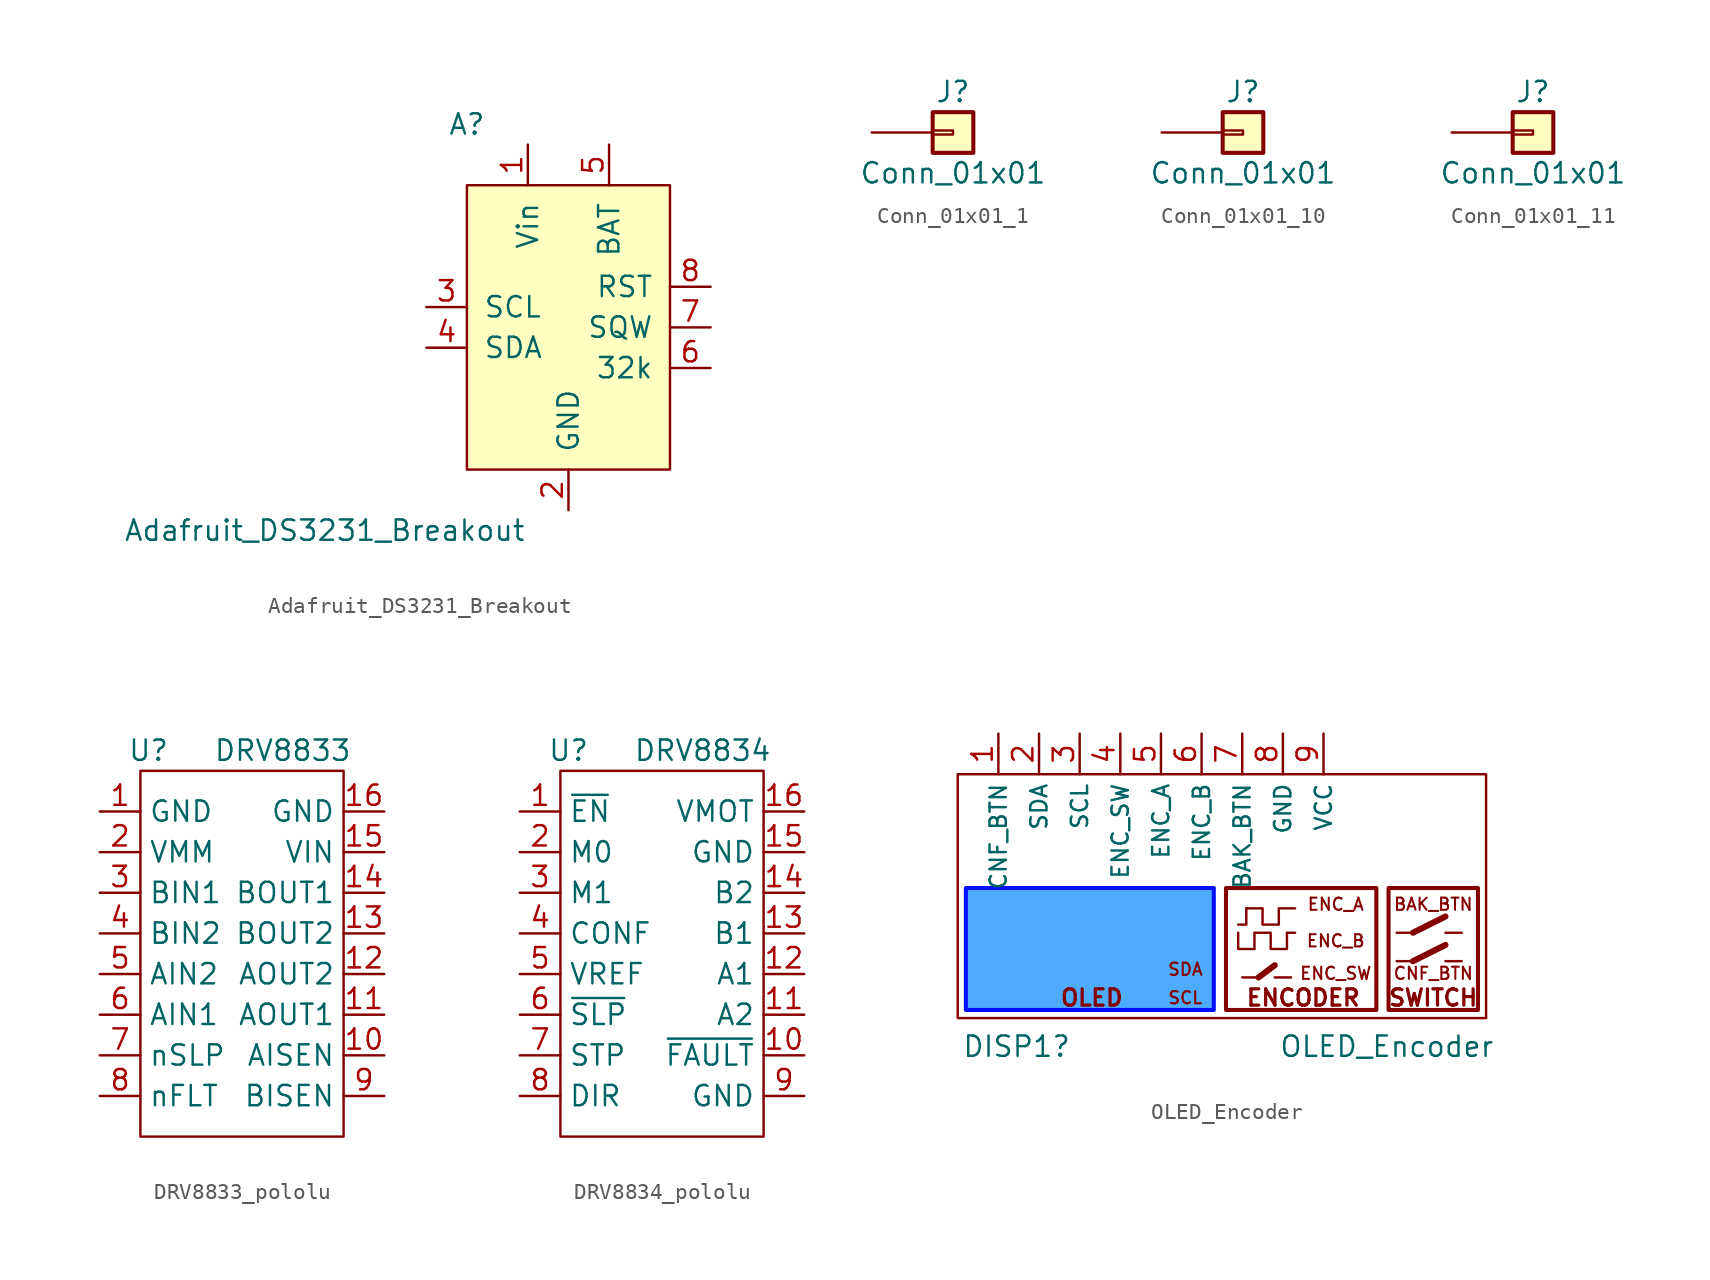
<source format=kicad_sym>
(kicad_symbol_lib
  (version 20241209)
  (generator "kicad_symbol_editor")
  (generator_version "9.0")
  (symbol "Adafruit_DS3231_Breakout"
    (pin_names
      (offset 1.016))
    (property "Reference" "A"
      (at -6.35 12.7 0)
      (effects (font (size 1.27 1.27))))
    (property "Value" "Adafruit_DS3231_Breakout"
      (at -15.24 -12.7 0)
      (effects (font (size 1.27 1.27))))
    (symbol "Adafruit_DS3231_Breakout_0_1"
      (rectangle (start -6.35 8.89) (end 6.35 -8.89) (stroke (width 0) (type solid)) (fill (type background))))
    (symbol "Adafruit_DS3231_Breakout_1_1"
      (pin input line (at -8.89 1.27 0) (length 2.54) (name "SCL" (effects (font (size 1.27 1.27)))) (number "3" (effects (font (size 1.27 1.27)))))
      (pin bidirectional line (at -8.89 -1.27 0) (length 2.54) (name "SDA" (effects (font (size 1.27 1.27)))) (number "4" (effects (font (size 1.27 1.27)))))
      (pin power_in line (at -2.54 11.43 270) (length 2.54) (name "Vin" (effects (font (size 1.27 1.27)))) (number "1" (effects (font (size 1.27 1.27)))))
      (pin power_in line (at 0 -11.43 90) (length 2.54) (name "GND" (effects (font (size 1.27 1.27)))) (number "2" (effects (font (size 1.27 1.27)))))
      (pin power_out line (at 2.54 11.43 270) (length 2.54) (name "BAT" (effects (font (size 1.27 1.27)))) (number "5" (effects (font (size 1.27 1.27)))))
      (pin output line (at 8.89 2.54 180) (length 2.54) (name "RST" (effects (font (size 1.27 1.27)))) (number "8" (effects (font (size 1.27 1.27)))))
      (pin output line (at 8.89 0 180) (length 2.54) (name "SQW" (effects (font (size 1.27 1.27)))) (number "7" (effects (font (size 1.27 1.27)))))
      (pin output line (at 8.89 -2.54 180) (length 2.54) (name "32k" (effects (font (size 1.27 1.27)))) (number "6" (effects (font (size 1.27 1.27)))))))
  (symbol "Conn_01x01_1"
    (pin_numbers
      (hide yes))
    (pin_names
      (offset 1.016)
      (hide yes))
    (property "Reference" "J"
      (at 0 2.54 0)
      (effects (font (size 1.27 1.27))))
    (property "Value" "Conn_01x01"
      (at 0 -2.54 0)
      (effects (font (size 1.27 1.27))))
    (symbol "Conn_01x01_1_1_1"
      (rectangle (start -1.27 1.27) (end 1.27 -1.27) (stroke (width 0.254) (type default)) (fill (type background)))
      (rectangle (start -1.27 0.127) (end 0 -0.127) (stroke (width 0.152) (type default)) (fill (type none)))
      (pin passive line (at -5.08 0 0) (length 3.81) (name "Pin_1" (effects (font (size 1.27 1.27)))) (number "1" (effects (font (size 1.27 1.27)))))))
  (symbol "Conn_01x01_10"
    (pin_numbers
      (hide yes))
    (pin_names
      (offset 1.016)
      (hide yes))
    (property "Reference" "J"
      (at 0 2.54 0)
      (effects (font (size 1.27 1.27))))
    (property "Value" "Conn_01x01"
      (at 0 -2.54 0)
      (effects (font (size 1.27 1.27))))
    (symbol "Conn_01x01_10_1_1"
      (rectangle (start -1.27 1.27) (end 1.27 -1.27) (stroke (width 0.254) (type default)) (fill (type background)))
      (rectangle (start -1.27 0.127) (end 0 -0.127) (stroke (width 0.152) (type default)) (fill (type none)))
      (pin passive line (at -5.08 0 0) (length 3.81) (name "Pin_1" (effects (font (size 1.27 1.27)))) (number "1" (effects (font (size 1.27 1.27)))))))
  (symbol "Conn_01x01_11"
    (pin_numbers
      (hide yes))
    (pin_names
      (offset 1.016)
      (hide yes))
    (property "Reference" "J"
      (at 0 2.54 0)
      (effects (font (size 1.27 1.27))))
    (property "Value" "Conn_01x01"
      (at 0 -2.54 0)
      (effects (font (size 1.27 1.27))))
    (symbol "Conn_01x01_11_1_1"
      (rectangle (start -1.27 1.27) (end 1.27 -1.27) (stroke (width 0.254) (type default)) (fill (type background)))
      (rectangle (start -1.27 0.127) (end 0 -0.127) (stroke (width 0.152) (type default)) (fill (type none)))
      (pin passive line (at -5.08 0 0) (length 3.81) (name "Pin_1" (effects (font (size 1.27 1.27)))) (number "1" (effects (font (size 1.27 1.27)))))))
  (symbol "DRV8833_pololu"
    (property "Reference" "U"
      (at -5.842 12.7 0)
      (effects (font (size 1.27 1.27))))
    (property "Value" "DRV8833"
      (at 2.54 12.7 0)
      (effects (font (size 1.27 1.27))))
    (symbol "DRV8833_pololu_0_1"
      (rectangle (start -6.35 11.43) (end 6.35 -11.43) (stroke (width 0) (type default)) (fill (type none))))
    (symbol "DRV8833_pololu_1_1"
      (pin power_in line (at -8.89 8.89 0) (length 2.54) (name "GND" (effects (font (size 1.27 1.27)))) (number "1" (effects (font (size 1.27 1.27)))))
      (pin power_in line (at -8.89 6.35 0) (length 2.54) (name "VMM" (effects (font (size 1.27 1.27)))) (number "2" (effects (font (size 1.27 1.27)))))
      (pin passive line (at -8.89 3.81 0) (length 2.54) (name "BIN1" (effects (font (size 1.27 1.27)))) (number "3" (effects (font (size 1.27 1.27)))))
      (pin passive line (at -8.89 1.27 0) (length 2.54) (name "BIN2" (effects (font (size 1.27 1.27)))) (number "4" (effects (font (size 1.27 1.27)))))
      (pin passive line (at -8.89 -1.27 0) (length 2.54) (name "AIN2" (effects (font (size 1.27 1.27)))) (number "5" (effects (font (size 1.27 1.27)))))
      (pin passive line (at -8.89 -3.81 0) (length 2.54) (name "AIN1" (effects (font (size 1.27 1.27)))) (number "6" (effects (font (size 1.27 1.27)))))
      (pin passive line (at -8.89 -6.35 0) (length 2.54) (name "nSLP" (effects (font (size 1.27 1.27)))) (number "7" (effects (font (size 1.27 1.27)))))
      (pin passive line (at -8.89 -8.89 0) (length 2.54) (name "nFLT" (effects (font (size 1.27 1.27)))) (number "8" (effects (font (size 1.27 1.27)))))
      (pin power_in line (at 8.89 8.89 180) (length 2.54) (name "GND" (effects (font (size 1.27 1.27)))) (number "16" (effects (font (size 1.27 1.27)))))
      (pin power_in line (at 8.89 6.35 180) (length 2.54) (name "VIN" (effects (font (size 1.27 1.27)))) (number "15" (effects (font (size 1.27 1.27)))))
      (pin passive line (at 8.89 3.81 180) (length 2.54) (name "BOUT1" (effects (font (size 1.27 1.27)))) (number "14" (effects (font (size 1.27 1.27)))))
      (pin passive line (at 8.89 1.27 180) (length 2.54) (name "BOUT2" (effects (font (size 1.27 1.27)))) (number "13" (effects (font (size 1.27 1.27)))))
      (pin passive line (at 8.89 -1.27 180) (length 2.54) (name "AOUT2" (effects (font (size 1.27 1.27)))) (number "12" (effects (font (size 1.27 1.27)))))
      (pin passive line (at 8.89 -3.81 180) (length 2.54) (name "AOUT1" (effects (font (size 1.27 1.27)))) (number "11" (effects (font (size 1.27 1.27)))))
      (pin passive line (at 8.89 -6.35 180) (length 2.54) (name "AISEN" (effects (font (size 1.27 1.27)))) (number "10" (effects (font (size 1.27 1.27)))))
      (pin passive line (at 8.89 -8.89 180) (length 2.54) (name "BISEN" (effects (font (size 1.27 1.27)))) (number "9" (effects (font (size 1.27 1.27)))))))
  (symbol "DRV8834_pololu"
    (property "Reference" "U"
      (at -5.842 12.7 0)
      (effects (font (size 1.27 1.27))))
    (property "Value" "DRV8834"
      (at 2.54 12.7 0)
      (effects (font (size 1.27 1.27))))
    (symbol "DRV8834_pololu_0_1"
      (rectangle (start -6.35 11.43) (end 6.35 -11.43) (stroke (width 0) (type default)) (fill (type none))))
    (symbol "DRV8834_pololu_1_1"
      (pin passive line (at -8.89 8.89 0) (length 2.54) (name "~{EN}" (effects (font (size 1.27 1.27)))) (number "1" (effects (font (size 1.27 1.27)))))
      (pin passive line (at -8.89 6.35 0) (length 2.54) (name "M0" (effects (font (size 1.27 1.27)))) (number "2" (effects (font (size 1.27 1.27)))))
      (pin passive line (at -8.89 3.81 0) (length 2.54) (name "M1" (effects (font (size 1.27 1.27)))) (number "3" (effects (font (size 1.27 1.27)))))
      (pin passive line (at -8.89 1.27 0) (length 2.54) (name "CONF" (effects (font (size 1.27 1.27)))) (number "4" (effects (font (size 1.27 1.27)))))
      (pin passive line (at -8.89 -1.27 0) (length 2.54) (name "VREF" (effects (font (size 1.27 1.27)))) (number "5" (effects (font (size 1.27 1.27)))))
      (pin passive line (at -8.89 -3.81 0) (length 2.54) (name "~{SLP}" (effects (font (size 1.27 1.27)))) (number "6" (effects (font (size 1.27 1.27)))))
      (pin passive line (at -8.89 -6.35 0) (length 2.54) (name "STP" (effects (font (size 1.27 1.27)))) (number "7" (effects (font (size 1.27 1.27)))))
      (pin passive line (at -8.89 -8.89 0) (length 2.54) (name "DIR" (effects (font (size 1.27 1.27)))) (number "8" (effects (font (size 1.27 1.27)))))
      (pin power_in line (at 8.89 8.89 180) (length 2.54) (name "VMOT" (effects (font (size 1.27 1.27)))) (number "16" (effects (font (size 1.27 1.27)))))
      (pin power_in line (at 8.89 6.35 180) (length 2.54) (name "GND" (effects (font (size 1.27 1.27)))) (number "15" (effects (font (size 1.27 1.27)))))
      (pin passive line (at 8.89 3.81 180) (length 2.54) (name "B2" (effects (font (size 1.27 1.27)))) (number "14" (effects (font (size 1.27 1.27)))))
      (pin passive line (at 8.89 1.27 180) (length 2.54) (name "B1" (effects (font (size 1.27 1.27)))) (number "13" (effects (font (size 1.27 1.27)))))
      (pin passive line (at 8.89 -1.27 180) (length 2.54) (name "A1" (effects (font (size 1.27 1.27)))) (number "12" (effects (font (size 1.27 1.27)))))
      (pin passive line (at 8.89 -3.81 180) (length 2.54) (name "A2" (effects (font (size 1.27 1.27)))) (number "11" (effects (font (size 1.27 1.27)))))
      (pin passive line (at 8.89 -6.35 180) (length 2.54) (name "~{FAULT}" (effects (font (size 1.27 1.27)))) (number "10" (effects (font (size 1.27 1.27)))))
      (pin power_in line (at 8.89 -8.89 180) (length 2.54) (name "GND" (effects (font (size 1.27 1.27)))) (number "9" (effects (font (size 1.27 1.27)))))))
  (symbol "OLED_Encoder"
    (property "Reference" "DISP1"
      (at -2.286 -17.018 0)
      (effects (font (size 1.27 1.27)) (justify left)))
    (property "Value" "OLED_Encoder"
      (at 17.526 -17.018 0)
      (effects (font (size 1.27 1.27)) (justify left)))
    (symbol "OLED_Encoder_0_1"
      (rectangle (start -2.54 0) (end 30.48 -15.24) (stroke (width 0) (type default)) (fill (type none))))
    (symbol "OLED_Encoder_1_1"
      (rectangle (start -2.032 -7.112) (end 13.462 -14.732) (stroke (width 0.254) (type solid) (color 0 14 255 1)) (fill (type color) (color 78 172 255 1)))
      (rectangle (start 14.224 -7.112) (end 23.622 -14.732) (stroke (width 0.254) (type solid)) (fill (type none)))
      (polyline (pts (xy 15.494 -8.382) (xy 15.494 -9.398) (xy 14.986 -9.398)) (stroke (width 0) (type default)) (fill (type none)))
      (polyline (pts (xy 15.494 -8.382) (xy 16.51 -8.382) (xy 16.51 -9.398) (xy 17.526 -9.398) (xy 17.526 -8.382) (xy 18.542 -8.382)) (stroke (width 0) (type default)) (fill (type none)))
      (polyline (pts (xy 16.002 -10.922) (xy 14.986 -10.922) (xy 14.986 -9.906)) (stroke (width 0) (type default)) (fill (type none)))
      (polyline (pts (xy 16.002 -10.922) (xy 16.002 -9.906) (xy 17.018 -9.906) (xy 17.018 -10.922) (xy 18.034 -10.922) (xy 18.034 -9.906) (xy 18.542 -9.906)) (stroke (width 0) (type default)) (fill (type none)))
      (polyline (pts (xy 16.256 -12.7) (xy 15.24 -12.7)) (stroke (width 0) (type default)) (fill (type none)))
      (polyline (pts (xy 17.272 -11.938) (xy 16.256 -12.7)) (stroke (width 0.381) (type solid)) (fill (type none)))
      (polyline (pts (xy 17.272 -12.7) (xy 18.288 -12.7)) (stroke (width 0) (type default)) (fill (type none)))
      (rectangle (start 24.384 -7.112) (end 29.972 -14.732) (stroke (width 0.254) (type solid)) (fill (type none)))
      (polyline (pts (xy 25.908 -9.906) (xy 24.892 -9.906)) (stroke (width 0) (type default)) (fill (type none)))
      (polyline (pts (xy 25.908 -9.906) (xy 27.94 -8.89)) (stroke (width 0.381) (type solid)) (fill (type none)))
      (polyline (pts (xy 25.908 -11.684) (xy 24.892 -11.684)) (stroke (width 0) (type default)) (fill (type none)))
      (polyline (pts (xy 27.94 -9.906) (xy 28.956 -9.906)) (stroke (width 0) (type default)) (fill (type none)))
      (polyline (pts (xy 27.94 -10.668) (xy 25.908 -11.684)) (stroke (width 0.381) (type solid)) (fill (type none)))
      (polyline (pts (xy 28.956 -11.684) (xy 27.94 -11.684)) (stroke (width 0) (type default)) (fill (type none)))
      (text "OLED" (at 5.842 -13.97 0) (effects (font (size 1.016 1.016) (thickness 0.203) (bold yes))))
      (text "SDA" (at 11.684 -12.192 0) (effects (font (size 0.762 0.762) (thickness 0.127))))
      (text "SCL" (at 11.684 -13.97 0) (effects (font (size 0.762 0.762) (thickness 0.127))))
      (text "ENCODER" (at 19.05 -13.97 0) (effects (font (size 1.016 1.016) (thickness 0.203) (bold yes))))
      (text "ENC_A" (at 21.082 -8.128 0) (effects (font (size 0.762 0.762) (thickness 0.127))))
      (text "ENC_B" (at 21.082 -10.414 0) (effects (font (size 0.762 0.762) (thickness 0.127))))
      (text "ENC_SW" (at 21.082 -12.446 0) (effects (font (size 0.762 0.762) (thickness 0.127))))
      (text "BAK_BTN" (at 27.178 -8.128 0) (effects (font (size 0.762 0.762) (thickness 0.127))))
      (text "CNF_BTN" (at 27.178 -12.446 0) (effects (font (size 0.762 0.762) (thickness 0.127))))
      (text "SWITCH" (at 27.178 -13.97 0) (effects (font (size 1.016 1.016) (thickness 0.203) (bold yes))))
      (pin passive line (at 0 2.54 270) (length 2.54) (name "CNF_BTN" (effects (font (size 1.016 1.016)))) (number "1" (effects (font (size 1.27 1.27)))))
      (pin passive line (at 2.54 2.54 270) (length 2.54) (name "SDA" (effects (font (size 1.016 1.016)))) (number "2" (effects (font (size 1.27 1.27)))))
      (pin passive line (at 5.08 2.54 270) (length 2.54) (name "SCL" (effects (font (size 1.016 1.016)))) (number "3" (effects (font (size 1.27 1.27)))))
      (pin passive line (at 7.62 2.54 270) (length 2.54) (name "ENC_SW" (effects (font (size 1.016 1.016)))) (number "4" (effects (font (size 1.27 1.27)))))
      (pin passive line (at 10.16 2.54 270) (length 2.54) (name "ENC_A" (effects (font (size 1.016 1.016)))) (number "5" (effects (font (size 1.27 1.27)))))
      (pin passive line (at 12.7 2.54 270) (length 2.54) (name "ENC_B" (effects (font (size 1.016 1.016)))) (number "6" (effects (font (size 1.27 1.27)))))
      (pin passive line (at 15.24 2.54 270) (length 2.54) (name "BAK_BTN" (effects (font (size 1.016 1.016)))) (number "7" (effects (font (size 1.27 1.27)))))
      (pin passive line (at 17.78 2.54 270) (length 2.54) (name "GND" (effects (font (size 1.016 1.016)))) (number "8" (effects (font (size 1.27 1.27)))))
      (pin passive line (at 20.32 2.54 270) (length 2.54) (name "VCC" (effects (font (size 1.016 1.016)))) (number "9" (effects (font (size 1.27 1.27))))))))
</source>
